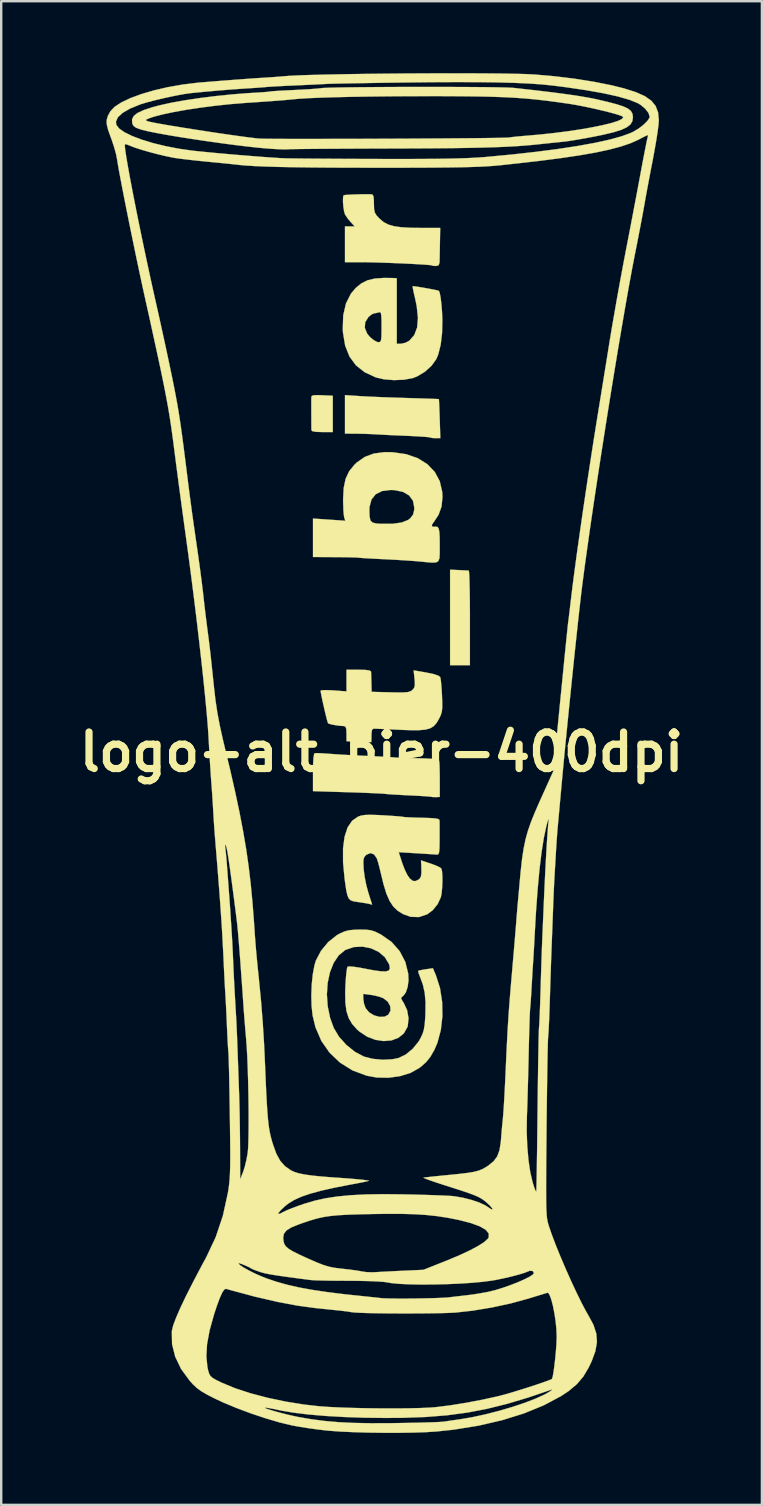
<source format=kicad_pcb>
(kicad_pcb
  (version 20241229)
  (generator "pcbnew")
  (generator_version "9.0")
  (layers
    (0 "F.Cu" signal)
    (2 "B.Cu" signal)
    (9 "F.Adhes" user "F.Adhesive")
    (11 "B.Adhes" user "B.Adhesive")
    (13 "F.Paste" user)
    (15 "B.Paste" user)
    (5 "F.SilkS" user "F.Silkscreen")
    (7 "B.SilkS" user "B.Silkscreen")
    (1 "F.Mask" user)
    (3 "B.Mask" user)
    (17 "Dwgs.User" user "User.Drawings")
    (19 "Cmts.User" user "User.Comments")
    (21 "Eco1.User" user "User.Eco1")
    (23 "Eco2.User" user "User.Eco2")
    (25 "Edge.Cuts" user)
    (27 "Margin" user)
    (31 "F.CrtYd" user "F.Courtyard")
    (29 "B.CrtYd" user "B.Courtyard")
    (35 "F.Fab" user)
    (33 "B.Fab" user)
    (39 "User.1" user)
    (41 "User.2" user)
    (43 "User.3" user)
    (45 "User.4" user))
  (footprint "logo-alt_bier-400dpi"
    (layer "F.Cu")
    (at 12.852 28.293)
    (property "Reference" "logo-alt_bier-400dpi" (at 0 0 0) (layer "F.SilkS") (effects (font (size 1.524 1.524) (thickness 0.3))))
    (attr through_hole)
    (fp_poly (pts (xy 3.223 -7.583) (xy 3.429 -7.573) (xy 3.582 -7.565) (xy 3.635 -7.561) (xy 3.647 -7.499) (xy 3.658 -7.325) (xy 3.667 -7.055) (xy 3.675 -6.704) (xy 3.68 -6.287) (xy 3.683 -5.819) (xy 3.683 -5.588) (xy 3.683 -3.619) (xy 2.857 -3.619) (xy 2.857 -7.599) (xy 3.223 -7.583)) (stroke (width 0.01) (type solid)) (fill yes) (layer "F.SilkS"))
    (fp_poly (pts (xy -2.477 -14.87) (xy -2.032 -14.849) (xy -2.032 -13.335) (xy -2.477 -13.335) (xy -2.736 -13.344) (xy -2.881 -13.371) (xy -2.923 -13.414) (xy -2.925 -13.542) (xy -2.926 -13.751) (xy -2.927 -14.007) (xy -2.928 -14.274) (xy -2.928 -14.518) (xy -2.927 -14.704) (xy -2.926 -14.796) (xy -2.9 -14.846) (xy -2.813 -14.871) (xy -2.639 -14.876) (xy -2.477 -14.87)) (stroke (width 0.01) (type solid)) (fill yes) (layer "F.SilkS"))
    (fp_poly (pts (xy -0.937 -14.836) (xy -0.689 -14.821) (xy -0.345 -14.805) (xy 0.065 -14.788) (xy 0.511 -14.772) (xy 0.961 -14.758) (xy 1.016 -14.756) (xy 1.418 -14.744) (xy 1.773 -14.733) (xy 2.064 -14.723) (xy 2.273 -14.715) (xy 2.38 -14.71) (xy 2.39 -14.709) (xy 2.395 -14.646) (xy 2.403 -14.48) (xy 2.413 -14.236) (xy 2.423 -13.937) (xy 2.425 -13.891) (xy 2.45 -13.081) (xy 2.252 -13.081) (xy 2.104 -13.089) (xy 2.024 -13.11) (xy 2.024 -13.11) (xy 1.953 -13.123) (xy 1.779 -13.139) (xy 1.523 -13.155) (xy 1.209 -13.172) (xy 1.045 -13.179) (xy 0.68 -13.194) (xy 0.333 -13.21) (xy 0.037 -13.225) (xy -0.176 -13.237) (xy -0.222 -13.24) (xy -0.45 -13.252) (xy -0.742 -13.262) (xy -1.032 -13.267) (xy -1.524 -13.271) (xy -1.524 -14.876) (xy -0.937 -14.836)) (stroke (width 0.01) (type solid)) (fill yes) (layer "F.SilkS"))
    (fp_poly (pts (xy -2.513 0.051) (xy -2.274 0.067) (xy -2.209 0.072) (xy -1.96 0.09) (xy -1.623 0.112) (xy -1.234 0.133) (xy -0.831 0.153) (xy -0.675 0.16) (xy -0.312 0.177) (xy 0.02 0.193) (xy 0.293 0.209) (xy 0.481 0.221) (xy 0.54 0.227) (xy 0.676 0.236) (xy 0.907 0.245) (xy 1.201 0.254) (xy 1.527 0.26) (xy 1.542 0.26) (xy 1.85 0.269) (xy 2.111 0.285) (xy 2.298 0.305) (xy 2.387 0.328) (xy 2.39 0.331) (xy 2.404 0.415) (xy 2.416 0.598) (xy 2.424 0.853) (xy 2.427 1.132) (xy 2.427 1.873) (xy 2.262 1.88) (xy 2.133 1.878) (xy 2.079 1.868) (xy 2.013 1.858) (xy 1.843 1.845) (xy 1.592 1.829) (xy 1.285 1.813) (xy 1.173 1.808) (xy 0.837 1.791) (xy 0.536 1.774) (xy 0.297 1.758) (xy 0.15 1.745) (xy 0.13 1.742) (xy 0.022 1.733) (xy -0.191 1.722) (xy -0.491 1.709) (xy -0.854 1.694) (xy -1.262 1.68) (xy -1.442 1.675) (xy -2.857 1.631) (xy -2.857 0.853) (xy -2.852 0.481) (xy -2.835 0.221) (xy -2.808 0.078) (xy -2.788 0.051) (xy -2.696 0.045) (xy -2.513 0.051)) (stroke (width 0.01) (type solid)) (fill yes) (layer "F.SilkS"))
    (fp_poly (pts (xy -0.452 -23.246) (xy -0.429 -23.245) (xy -0.366 -23.223) (xy -0.332 -23.145) (xy -0.319 -22.982) (xy -0.318 -22.853) (xy -0.311 -22.629) (xy -0.28 -22.481) (xy -0.205 -22.36) (xy -0.079 -22.226) (xy 0.084 -22.089) (xy 0.275 -21.987) (xy 0.513 -21.916) (xy 0.82 -21.872) (xy 1.215 -21.849) (xy 1.638 -21.844) (xy 2.445 -21.844) (xy 2.433 -21.193) (xy 2.428 -20.903) (xy 2.423 -20.648) (xy 2.419 -20.464) (xy 2.417 -20.399) (xy 2.379 -20.286) (xy 2.265 -20.256) (xy 2.139 -20.266) (xy 2.09 -20.282) (xy 2.019 -20.295) (xy 1.842 -20.31) (xy 1.58 -20.327) (xy 1.253 -20.345) (xy 0.884 -20.363) (xy 0.492 -20.379) (xy 0.099 -20.394) (xy -0.274 -20.405) (xy -0.607 -20.413) (xy -0.873 -20.415) (xy -1.524 -20.415) (xy -1.524 -21.907) (xy -1.119 -21.907) (xy -1.282 -22.082) (xy -1.415 -22.243) (xy -1.518 -22.399) (xy -1.523 -22.408) (xy -1.562 -22.537) (xy -1.591 -22.726) (xy -1.607 -22.93) (xy -1.605 -23.104) (xy -1.584 -23.202) (xy -1.581 -23.205) (xy -1.512 -23.217) (xy -1.349 -23.228) (xy -1.128 -23.238) (xy -0.882 -23.245) (xy -0.646 -23.248) (xy -0.452 -23.246)) (stroke (width 0.01) (type solid)) (fill yes) (layer "F.SilkS"))
    (fp_poly (pts (xy -0.672 -3.422) (xy -0.505 -3.399) (xy -0.44 -3.358) (xy -0.438 -3.35) (xy -0.433 -3.247) (xy -0.427 -3.061) (xy -0.422 -2.889) (xy -0.413 -2.508) (xy 0.371 -2.488) (xy 0.707 -2.482) (xy 0.941 -2.484) (xy 1.097 -2.498) (xy 1.198 -2.527) (xy 1.27 -2.572) (xy 1.283 -2.583) (xy 1.357 -2.671) (xy 1.387 -2.784) (xy 1.383 -2.965) (xy 1.375 -3.051) (xy 1.338 -3.404) (xy 1.873 -3.311) (xy 2.184 -3.246) (xy 2.374 -3.18) (xy 2.448 -3.117) (xy 2.468 -3.014) (xy 2.489 -2.816) (xy 2.509 -2.554) (xy 2.52 -2.349) (xy 2.531 -2.041) (xy 2.529 -1.825) (xy 2.509 -1.668) (xy 2.468 -1.536) (xy 2.402 -1.397) (xy 2.295 -1.214) (xy 2.178 -1.08) (xy 2.031 -0.989) (xy 1.833 -0.934) (xy 1.564 -0.91) (xy 1.205 -0.91) (xy 0.857 -0.922) (xy 0.51 -0.938) (xy 0.196 -0.952) (xy -0.055 -0.964) (xy -0.218 -0.972) (xy -0.254 -0.974) (xy -0.352 -0.969) (xy -0.4 -0.915) (xy -0.417 -0.779) (xy -0.419 -0.699) (xy -0.425 -0.413) (xy -0.673 -0.412) (xy -0.909 -0.417) (xy -1.16 -0.43) (xy -1.191 -0.432) (xy -1.46 -0.452) (xy -1.46 -0.766) (xy -1.469 -0.958) (xy -1.501 -1.054) (xy -1.566 -1.082) (xy -1.572 -1.082) (xy -1.757 -1.095) (xy -1.957 -1.124) (xy -2.128 -1.159) (xy -2.224 -1.193) (xy -2.228 -1.197) (xy -2.254 -1.269) (xy -2.298 -1.433) (xy -2.353 -1.658) (xy -2.411 -1.911) (xy -2.467 -2.161) (xy -2.511 -2.374) (xy -2.537 -2.519) (xy -2.54 -2.558) (xy -2.482 -2.576) (xy -2.326 -2.581) (xy -2.101 -2.574) (xy -2 -2.567) (xy -1.46 -2.527) (xy -1.46 -3.429) (xy -0.953 -3.429) (xy -0.672 -3.422)) (stroke (width 0.01) (type solid)) (fill yes) (layer "F.SilkS"))
    (fp_poly (pts (xy 0.429 -19.756) (xy 0.635 -19.748) (xy 0.635 -17.018) (xy 0.817 -17.018) (xy 1 -17.058) (xy 1.158 -17.143) (xy 1.364 -17.378) (xy 1.483 -17.693) (xy 1.517 -18.093) (xy 1.466 -18.581) (xy 1.402 -18.891) (xy 1.347 -19.126) (xy 1.31 -19.307) (xy 1.294 -19.405) (xy 1.295 -19.414) (xy 1.36 -19.411) (xy 1.515 -19.39) (xy 1.723 -19.356) (xy 1.95 -19.316) (xy 2.16 -19.276) (xy 2.319 -19.242) (xy 2.39 -19.221) (xy 2.39 -19.221) (xy 2.427 -19.127) (xy 2.463 -18.934) (xy 2.495 -18.671) (xy 2.52 -18.365) (xy 2.534 -18.046) (xy 2.535 -18.008) (xy 2.523 -17.46) (xy 2.465 -16.974) (xy 2.364 -16.572) (xy 2.283 -16.377) (xy 2.086 -16.101) (xy 1.806 -15.849) (xy 1.486 -15.656) (xy 1.309 -15.588) (xy 0.937 -15.517) (xy 0.515 -15.5) (xy 0.099 -15.534) (xy -0.235 -15.612) (xy -0.699 -15.826) (xy -1.065 -16.114) (xy -1.336 -16.482) (xy -1.516 -16.935) (xy -1.607 -17.476) (xy -1.616 -17.622) (xy -1.614 -17.68) (xy -0.698 -17.68) (xy -0.599 -17.438) (xy -0.483 -17.297) (xy -0.327 -17.168) (xy -0.183 -17.091) (xy -0.133 -17.081) (xy -0.073 -17.089) (xy -0.034 -17.126) (xy -0.012 -17.217) (xy -0.003 -17.383) (xy -0.000046 -17.648) (xy 0 -17.723) (xy -0.002 -18.015) (xy -0.011 -18.2) (xy -0.031 -18.299) (xy -0.064 -18.333) (xy -0.1 -18.327) (xy -0.246 -18.292) (xy -0.294 -18.288) (xy -0.399 -18.246) (xy -0.531 -18.144) (xy -0.543 -18.132) (xy -0.68 -17.917) (xy -0.698 -17.68) (xy -1.614 -17.68) (xy -1.597 -18.202) (xy -1.482 -18.698) (xy -1.273 -19.109) (xy -1.069 -19.348) (xy -0.839 -19.534) (xy -0.586 -19.66) (xy -0.282 -19.733) (xy 0.098 -19.76) (xy 0.429 -19.756)) (stroke (width 0.01) (type solid)) (fill yes) (layer "F.SilkS"))
    (fp_poly (pts (xy 0.47 -12.494) (xy 1.029 -12.413) (xy 1.511 -12.245) (xy 1.909 -11.997) (xy 2.217 -11.676) (xy 2.426 -11.287) (xy 2.53 -10.838) (xy 2.54 -10.634) (xy 2.501 -10.23) (xy 2.376 -9.886) (xy 2.212 -9.636) (xy 2.107 -9.484) (xy 2.097 -9.406) (xy 2.185 -9.385) (xy 2.265 -9.392) (xy 2.334 -9.38) (xy 2.381 -9.312) (xy 2.41 -9.17) (xy 2.423 -8.938) (xy 2.426 -8.596) (xy 2.425 -8.581) (xy 2.425 -8.283) (xy 2.414 -8.081) (xy 2.371 -7.96) (xy 2.277 -7.903) (xy 2.11 -7.893) (xy 1.851 -7.915) (xy 1.619 -7.939) (xy 1.368 -7.96) (xy 1.028 -7.984) (xy 0.641 -8.008) (xy 0.244 -8.029) (xy 0.127 -8.035) (xy -0.22 -8.052) (xy -0.525 -8.069) (xy -0.766 -8.083) (xy -0.917 -8.095) (xy -0.953 -8.099) (xy -1.048 -8.107) (xy -1.245 -8.113) (xy -1.517 -8.119) (xy -1.838 -8.122) (xy -1.953 -8.123) (xy -2.857 -8.128) (xy -2.857 -9.731) (xy -1.511 -9.639) (xy -1.556 -9.78) (xy -1.576 -9.904) (xy -1.589 -10.084) (xy -0.507 -10.084) (xy -0.499 -9.819) (xy -0.464 -9.654) (xy -0.379 -9.565) (xy -0.225 -9.525) (xy -0.041 -9.512) (xy 0.456 -9.512) (xy 0.84 -9.566) (xy 1.11 -9.673) (xy 1.201 -9.745) (xy 1.318 -9.902) (xy 1.362 -10.094) (xy 1.365 -10.187) (xy 1.31 -10.472) (xy 1.151 -10.692) (xy 0.894 -10.842) (xy 0.546 -10.915) (xy 0.38 -10.922) (xy 0.023 -10.877) (xy -0.244 -10.743) (xy -0.42 -10.523) (xy -0.501 -10.217) (xy -0.507 -10.084) (xy -1.589 -10.084) (xy -1.591 -10.118) (xy -1.6 -10.387) (xy -1.602 -10.536) (xy -1.577 -11.008) (xy -1.497 -11.388) (xy -1.35 -11.702) (xy -1.128 -11.976) (xy -1.029 -12.069) (xy -0.697 -12.3) (xy -0.319 -12.441) (xy 0.126 -12.499) (xy 0.47 -12.494)) (stroke (width 0.01) (type solid)) (fill yes) (layer "F.SilkS"))
    (fp_poly (pts (xy -0.183 2.625) (xy 0.059 2.637) (xy 0.364 2.656) (xy 0.622 2.674) (xy 0.806 2.69) (xy 0.892 2.702) (xy 0.894 2.703) (xy 0.969 2.713) (xy 1.143 2.723) (xy 1.392 2.733) (xy 1.672 2.74) (xy 1.995 2.75) (xy 2.212 2.764) (xy 2.341 2.785) (xy 2.403 2.817) (xy 2.417 2.854) (xy 2.419 2.956) (xy 2.42 3.154) (xy 2.42 3.415) (xy 2.42 3.619) (xy 2.417 3.918) (xy 2.408 4.111) (xy 2.389 4.221) (xy 2.356 4.268) (xy 2.306 4.275) (xy 2.306 4.275) (xy 2.201 4.267) (xy 1.999 4.254) (xy 1.73 4.237) (xy 1.455 4.22) (xy 0.716 4.176) (xy 0.868 4.644) (xy 0.963 4.893) (xy 1.069 5.113) (xy 1.166 5.258) (xy 1.174 5.266) (xy 1.294 5.367) (xy 1.396 5.381) (xy 1.489 5.347) (xy 1.586 5.286) (xy 1.641 5.192) (xy 1.662 5.037) (xy 1.658 4.789) (xy 1.657 4.75) (xy 1.645 4.515) (xy 2.045 4.649) (xy 2.256 4.727) (xy 2.418 4.801) (xy 2.491 4.852) (xy 2.52 4.962) (xy 2.535 5.16) (xy 2.537 5.407) (xy 2.525 5.667) (xy 2.502 5.9) (xy 2.474 6.046) (xy 2.342 6.334) (xy 2.134 6.593) (xy 1.904 6.764) (xy 1.561 6.879) (xy 1.215 6.869) (xy 0.905 6.759) (xy 0.679 6.621) (xy 0.494 6.445) (xy 0.339 6.212) (xy 0.204 5.905) (xy 0.081 5.505) (xy -0.03 5.048) (xy -0.09 4.798) (xy -0.151 4.575) (xy -0.198 4.431) (xy -0.312 4.267) (xy -0.462 4.213) (xy -0.625 4.278) (xy -0.647 4.296) (xy -0.714 4.371) (xy -0.749 4.465) (xy -0.758 4.614) (xy -0.746 4.851) (xy -0.744 4.889) (xy -0.705 5.199) (xy -0.635 5.55) (xy -0.55 5.864) (xy -0.391 6.361) (xy -0.529 6.327) (xy -0.671 6.3) (xy -0.88 6.267) (xy -1.005 6.249) (xy -1.167 6.224) (xy -1.283 6.183) (xy -1.365 6.106) (xy -1.423 5.973) (xy -1.47 5.763) (xy -1.516 5.457) (xy -1.539 5.288) (xy -1.604 4.605) (xy -1.605 4.017) (xy -1.541 3.529) (xy -1.414 3.143) (xy -1.223 2.862) (xy -0.972 2.689) (xy -0.845 2.648) (xy -0.689 2.624) (xy -0.477 2.617) (xy -0.183 2.625)) (stroke (width 0.01) (type solid)) (fill yes) (layer "F.SilkS"))
    (fp_poly (pts (xy -0.648 7.405) (xy -0.45 7.428) (xy -0.274 7.484) (xy -0.069 7.585) (xy -0.011 7.616) (xy 0.42 7.918) (xy 0.757 8.301) (xy 0.992 8.752) (xy 1.113 9.241) (xy 1.124 9.527) (xy 1.086 9.801) (xy 1.01 10.026) (xy 0.904 10.165) (xy 0.895 10.171) (xy 0.827 10.225) (xy 0.823 10.288) (xy 0.887 10.401) (xy 0.926 10.46) (xy 1.066 10.759) (xy 1.125 11.096) (xy 1.093 11.417) (xy 1.081 11.458) (xy 0.933 11.723) (xy 0.705 11.91) (xy 0.417 12.019) (xy 0.089 12.047) (xy -0.259 11.995) (xy -0.606 11.861) (xy -0.931 11.644) (xy -1.024 11.56) (xy -1.226 11.333) (xy -1.37 11.087) (xy -1.462 10.798) (xy -1.508 10.445) (xy -1.511 10.282) (xy -0.762 10.282) (xy -0.731 10.487) (xy -0.663 10.676) (xy -0.519 10.849) (xy -0.315 10.974) (xy -0.087 11.038) (xy 0.127 11.031) (xy 0.281 10.949) (xy 0.374 10.779) (xy 0.361 10.585) (xy 0.254 10.4) (xy 0.072 10.259) (xy -0.099 10.196) (xy -0.326 10.141) (xy -0.435 10.124) (xy -0.762 10.08) (xy -0.762 10.282) (xy -1.511 10.282) (xy -1.515 10.002) (xy -1.507 9.758) (xy -1.489 9.458) (xy -1.466 9.206) (xy -1.44 9.026) (xy -1.417 8.948) (xy -1.334 8.936) (xy -1.155 8.951) (xy -0.906 8.988) (xy -0.729 9.022) (xy -0.317 9.1) (xy -0.015 9.141) (xy 0.188 9.143) (xy 0.305 9.104) (xy 0.348 9.021) (xy 0.328 8.892) (xy 0.308 8.832) (xy 0.137 8.549) (xy -0.122 8.329) (xy -0.441 8.18) (xy -0.794 8.111) (xy -1.153 8.129) (xy -1.491 8.243) (xy -1.523 8.26) (xy -1.787 8.477) (xy -1.997 8.791) (xy -2.151 9.18) (xy -2.246 9.624) (xy -2.278 10.104) (xy -2.244 10.598) (xy -2.142 11.087) (xy -1.992 11.499) (xy -1.773 11.866) (xy -1.466 12.209) (xy -1.108 12.496) (xy -0.735 12.693) (xy -0.73 12.695) (xy -0.363 12.788) (xy 0.052 12.826) (xy 0.458 12.805) (xy 0.707 12.753) (xy 1.011 12.607) (xy 1.302 12.366) (xy 1.548 12.061) (xy 1.632 11.915) (xy 1.712 11.741) (xy 1.765 11.566) (xy 1.799 11.353) (xy 1.821 11.066) (xy 1.828 10.908) (xy 1.834 10.428) (xy 1.799 10.032) (xy 1.72 9.683) (xy 1.608 9.381) (xy 1.549 9.228) (xy 1.527 9.132) (xy 1.53 9.12) (xy 1.603 9.098) (xy 1.758 9.068) (xy 1.848 9.054) (xy 2.141 9.012) (xy 2.27 9.316) (xy 2.437 9.841) (xy 2.526 10.417) (xy 2.536 11.012) (xy 2.47 11.592) (xy 2.327 12.125) (xy 2.193 12.431) (xy 2.034 12.706) (xy 1.869 12.913) (xy 1.655 13.105) (xy 1.574 13.168) (xy 1.213 13.372) (xy 0.775 13.509) (xy 0.293 13.576) (xy -0.2 13.567) (xy -0.618 13.491) (xy -1.21 13.27) (xy -1.727 12.949) (xy -2.161 12.538) (xy -2.506 12.045) (xy -2.752 11.479) (xy -2.873 10.978) (xy -2.916 10.582) (xy -2.927 10.137) (xy -2.909 9.679) (xy -2.863 9.246) (xy -2.793 8.877) (xy -2.736 8.69) (xy -2.524 8.286) (xy -2.225 7.923) (xy -1.87 7.639) (xy -1.754 7.573) (xy -1.552 7.481) (xy -1.357 7.429) (xy -1.118 7.406) (xy -0.921 7.401) (xy -0.648 7.405)) (stroke (width 0.01) (type solid)) (fill yes) (layer "F.SilkS"))
    (fp_poly (pts (xy 2.625 -27.72) (xy 3.221 -27.718) (xy 3.777 -27.715) (xy 4.281 -27.711) (xy 4.718 -27.705) (xy 5.075 -27.698) (xy 5.338 -27.69) (xy 5.493 -27.681) (xy 6.376 -27.583) (xy 7.137 -27.492) (xy 7.782 -27.407) (xy 8.316 -27.326) (xy 8.745 -27.25) (xy 8.953 -27.207) (xy 9.434 -27.094) (xy 9.804 -26.996) (xy 10.077 -26.907) (xy 10.267 -26.819) (xy 10.387 -26.725) (xy 10.452 -26.618) (xy 10.476 -26.492) (xy 10.477 -26.448) (xy 10.453 -26.289) (xy 10.372 -26.154) (xy 10.221 -26.037) (xy 9.988 -25.93) (xy 9.661 -25.828) (xy 9.227 -25.725) (xy 8.91 -25.66) (xy 8.544 -25.59) (xy 8.186 -25.527) (xy 7.874 -25.476) (xy 7.64 -25.443) (xy 7.588 -25.438) (xy 7.346 -25.413) (xy 7.033 -25.381) (xy 6.706 -25.346) (xy 6.604 -25.335) (xy 6.266 -25.301) (xy 5.917 -25.271) (xy 5.545 -25.245) (xy 5.14 -25.224) (xy 4.689 -25.206) (xy 4.182 -25.191) (xy 3.606 -25.179) (xy 2.952 -25.169) (xy 2.206 -25.162) (xy 1.357 -25.157) (xy 0.396 -25.154) (xy 0.228 -25.153) (xy -0.476 -25.151) (xy -1.145 -25.148) (xy -1.767 -25.145) (xy -2.331 -25.142) (xy -2.826 -25.138) (xy -3.241 -25.134) (xy -3.565 -25.13) (xy -3.786 -25.126) (xy -3.893 -25.121) (xy -3.9 -25.121) (xy -4.015 -25.116) (xy -4.225 -25.121) (xy -4.497 -25.135) (xy -4.731 -25.151) (xy -5.135 -25.187) (xy -5.613 -25.239) (xy -6.145 -25.304) (xy -6.712 -25.379) (xy -7.293 -25.461) (xy -7.87 -25.547) (xy -8.422 -25.633) (xy -8.929 -25.718) (xy -9.373 -25.799) (xy -9.732 -25.871) (xy -9.988 -25.933) (xy -10.016 -25.941) (xy -10.223 -26.014) (xy -10.336 -26.093) (xy -10.389 -26.2) (xy -10.391 -26.206) (xy -10.397 -26.326) (xy -9.821 -26.326) (xy -9.741 -26.288) (xy -9.626 -26.259) (xy -9.404 -26.214) (xy -9.092 -26.158) (xy -8.709 -26.093) (xy -8.272 -26.022) (xy -7.8 -25.947) (xy -7.311 -25.871) (xy -6.822 -25.797) (xy -6.353 -25.729) (xy -5.921 -25.668) (xy -5.544 -25.618) (xy -5.24 -25.581) (xy -5.112 -25.568) (xy -4.997 -25.563) (xy -4.769 -25.559) (xy -4.44 -25.556) (xy -4.022 -25.554) (xy -3.526 -25.553) (xy -2.965 -25.553) (xy -2.35 -25.554) (xy -1.693 -25.555) (xy -1.006 -25.556) (xy -0.3 -25.559) (xy 0.412 -25.562) (xy 1.119 -25.565) (xy 1.808 -25.569) (xy 2.469 -25.573) (xy 3.089 -25.578) (xy 3.656 -25.582) (xy 4.159 -25.587) (xy 4.585 -25.593) (xy 4.923 -25.598) (xy 5.162 -25.604) (xy 5.288 -25.609) (xy 5.302 -25.611) (xy 5.458 -25.632) (xy 5.693 -25.657) (xy 5.961 -25.68) (xy 6.001 -25.683) (xy 6.605 -25.736) (xy 7.197 -25.8) (xy 7.766 -25.873) (xy 8.298 -25.953) (xy 8.783 -26.038) (xy 9.208 -26.125) (xy 9.562 -26.211) (xy 9.831 -26.295) (xy 10.005 -26.374) (xy 10.071 -26.446) (xy 10.056 -26.482) (xy 9.965 -26.525) (xy 9.774 -26.586) (xy 9.506 -26.66) (xy 9.184 -26.74) (xy 8.834 -26.821) (xy 8.478 -26.897) (xy 8.14 -26.963) (xy 7.845 -27.013) (xy 7.842 -27.013) (xy 7.332 -27.086) (xy 6.863 -27.148) (xy 6.418 -27.198) (xy 5.978 -27.239) (xy 5.527 -27.271) (xy 5.045 -27.295) (xy 4.515 -27.313) (xy 3.919 -27.324) (xy 3.24 -27.331) (xy 2.458 -27.335) (xy 2.095 -27.335) (xy 1.188 -27.334) (xy 0.321 -27.328) (xy -0.495 -27.319) (xy -1.249 -27.307) (xy -1.93 -27.291) (xy -2.526 -27.273) (xy -3.026 -27.252) (xy -3.42 -27.229) (xy -3.651 -27.208) (xy -3.838 -27.189) (xy -4.075 -27.168) (xy -4.377 -27.144) (xy -4.761 -27.116) (xy -5.242 -27.082) (xy -5.715 -27.05) (xy -6.318 -27.001) (xy -6.936 -26.935) (xy -7.546 -26.856) (xy -8.128 -26.768) (xy -8.661 -26.673) (xy -9.123 -26.575) (xy -9.494 -26.478) (xy -9.685 -26.413) (xy -9.807 -26.36) (xy -9.821 -26.326) (xy -10.397 -26.326) (xy -10.399 -26.367) (xy -10.33 -26.507) (xy -10.173 -26.634) (xy -9.917 -26.753) (xy -9.553 -26.873) (xy -9.241 -26.956) (xy -8.772 -27.06) (xy -8.207 -27.161) (xy -7.575 -27.256) (xy -6.907 -27.34) (xy -6.232 -27.409) (xy -5.582 -27.46) (xy -5.429 -27.469) (xy -5.131 -27.487) (xy -4.882 -27.504) (xy -4.708 -27.519) (xy -4.635 -27.53) (xy -4.634 -27.53) (xy -4.563 -27.539) (xy -4.387 -27.552) (xy -4.13 -27.567) (xy -3.816 -27.583) (xy -3.65 -27.591) (xy -3.303 -27.608) (xy -2.99 -27.627) (xy -2.738 -27.645) (xy -2.575 -27.661) (xy -2.54 -27.667) (xy -2.429 -27.677) (xy -2.205 -27.686) (xy -1.881 -27.694) (xy -1.472 -27.701) (xy -0.991 -27.707) (xy -0.452 -27.712) (xy 0.13 -27.716) (xy 0.743 -27.719) (xy 1.373 -27.721) (xy 2.004 -27.721) (xy 2.625 -27.72)) (stroke (width 0.01) (type solid)) (fill yes) (layer "F.SilkS"))
    (fp_poly (pts (xy 3.87 -28.286) (xy 4.512 -28.282) (xy 5.091 -28.276) (xy 5.593 -28.267) (xy 6.004 -28.256) (xy 6.311 -28.242) (xy 6.35 -28.24) (xy 7.202 -28.166) (xy 8.047 -28.063) (xy 8.854 -27.935) (xy 9.592 -27.787) (xy 10.102 -27.66) (xy 10.594 -27.505) (xy 10.971 -27.337) (xy 11.244 -27.147) (xy 11.425 -26.923) (xy 11.526 -26.655) (xy 11.557 -26.332) (xy 11.557 -26.327) (xy 11.545 -26.157) (xy 11.511 -25.888) (xy 11.459 -25.546) (xy 11.392 -25.156) (xy 11.316 -24.743) (xy 11.306 -24.689) (xy 11.221 -24.252) (xy 11.138 -23.813) (xy 11.061 -23.403) (xy 10.997 -23.054) (xy 10.952 -22.797) (xy 10.952 -22.797) (xy 10.908 -22.551) (xy 10.845 -22.21) (xy 10.767 -21.802) (xy 10.681 -21.355) (xy 10.591 -20.899) (xy 10.564 -20.765) (xy 10.445 -20.148) (xy 10.311 -19.421) (xy 10.165 -18.599) (xy 10.01 -17.697) (xy 9.847 -16.732) (xy 9.68 -15.719) (xy 9.51 -14.672) (xy 9.341 -13.608) (xy 9.174 -12.542) (xy 9.012 -11.489) (xy 8.858 -10.466) (xy 8.714 -9.487) (xy 8.583 -8.567) (xy 8.466 -7.724) (xy 8.367 -6.971) (xy 8.353 -6.858) (xy 8.308 -6.486) (xy 8.253 -6.004) (xy 8.189 -5.429) (xy 8.119 -4.778) (xy 8.043 -4.068) (xy 7.965 -3.314) (xy 7.885 -2.534) (xy 7.805 -1.745) (xy 7.727 -0.963) (xy 7.652 -0.206) (xy 7.583 0.511) (xy 7.521 1.171) (xy 7.495 1.46) (xy 7.455 1.894) (xy 7.418 2.305) (xy 7.385 2.668) (xy 7.358 2.961) (xy 7.34 3.16) (xy 7.336 3.207) (xy 7.319 3.417) (xy 7.298 3.704) (xy 7.278 4.016) (xy 7.271 4.128) (xy 7.252 4.466) (xy 7.23 4.826) (xy 7.212 5.142) (xy 7.208 5.207) (xy 7.195 5.449) (xy 7.179 5.779) (xy 7.163 6.157) (xy 7.148 6.544) (xy 7.145 6.636) (xy 7.129 7.057) (xy 7.112 7.514) (xy 7.095 7.954) (xy 7.081 8.325) (xy 7.08 8.35) (xy 7.068 8.667) (xy 7.054 9.074) (xy 7.039 9.532) (xy 7.024 10.003) (xy 7.012 10.382) (xy 6.999 10.786) (xy 6.985 11.161) (xy 6.97 11.481) (xy 6.956 11.725) (xy 6.944 11.867) (xy 6.944 11.874) (xy 6.937 11.978) (xy 6.93 12.196) (xy 6.922 12.517) (xy 6.914 12.929) (xy 6.906 13.418) (xy 6.898 13.974) (xy 6.89 14.583) (xy 6.882 15.234) (xy 6.877 15.716) (xy 6.87 16.487) (xy 6.864 17.141) (xy 6.861 17.691) (xy 6.859 18.146) (xy 6.86 18.517) (xy 6.863 18.815) (xy 6.869 19.052) (xy 6.879 19.238) (xy 6.891 19.384) (xy 6.908 19.5) (xy 6.928 19.599) (xy 6.953 19.689) (xy 6.971 19.748) (xy 7.094 20.108) (xy 7.259 20.544) (xy 7.457 21.03) (xy 7.675 21.54) (xy 7.902 22.05) (xy 8.127 22.532) (xy 8.338 22.962) (xy 8.524 23.314) (xy 8.62 23.479) (xy 8.832 23.873) (xy 8.951 24.237) (xy 8.978 24.594) (xy 8.912 24.973) (xy 8.755 25.398) (xy 8.633 25.654) (xy 8.411 26.029) (xy 8.143 26.345) (xy 7.802 26.632) (xy 7.479 26.846) (xy 6.762 27.228) (xy 5.941 27.564) (xy 5.03 27.848) (xy 4.046 28.076) (xy 3.002 28.244) (xy 2.286 28.32) (xy 1.85 28.348) (xy 1.318 28.366) (xy 0.721 28.374) (xy 0.09 28.374) (xy -0.546 28.366) (xy -1.155 28.348) (xy -1.706 28.323) (xy -2.169 28.29) (xy -2.254 28.282) (xy -2.647 28.237) (xy -3.073 28.178) (xy -3.474 28.114) (xy -3.741 28.064) (xy -4.253 27.941) (xy -4.836 27.769) (xy -5.451 27.563) (xy -6.059 27.336) (xy -6.083 27.325) (xy -4.867 27.325) (xy -4.826 27.355) (xy -4.686 27.406) (xy -4.473 27.47) (xy -4.21 27.542) (xy -3.922 27.615) (xy -3.636 27.68) (xy -3.461 27.716) (xy -2.924 27.809) (xy -2.375 27.88) (xy -1.793 27.931) (xy -1.156 27.962) (xy -0.441 27.976) (xy 0.373 27.973) (xy 0.572 27.97) (xy 1.048 27.962) (xy 1.491 27.953) (xy 1.882 27.943) (xy 2.204 27.932) (xy 2.437 27.922) (xy 2.564 27.913) (xy 2.572 27.912) (xy 2.726 27.889) (xy 2.96 27.855) (xy 3.227 27.817) (xy 3.27 27.811) (xy 3.781 27.724) (xy 4.329 27.605) (xy 4.892 27.461) (xy 5.443 27.299) (xy 5.96 27.127) (xy 6.417 26.952) (xy 6.79 26.782) (xy 6.987 26.671) (xy 7.093 26.596) (xy 7.109 26.568) (xy 7.08 26.575) (xy 6.124 26.901) (xy 5.241 27.165) (xy 4.401 27.374) (xy 3.575 27.532) (xy 2.733 27.644) (xy 1.846 27.715) (xy 0.885 27.75) (xy 0.159 27.755) (xy -0.719 27.745) (xy -1.557 27.716) (xy -2.34 27.671) (xy -3.049 27.61) (xy -3.668 27.535) (xy -4.181 27.448) (xy -4.263 27.43) (xy -4.517 27.376) (xy -4.72 27.339) (xy -4.844 27.323) (xy -4.867 27.325) (xy -6.083 27.325) (xy -6.62 27.101) (xy -6.953 26.945) (xy -7.276 26.78) (xy -7.513 26.641) (xy -7.699 26.505) (xy -7.864 26.35) (xy -7.994 26.206) (xy -8.353 25.716) (xy -8.6 25.203) (xy -8.603 25.192) (xy -7.302 25.192) (xy -7.256 25.644) (xy -7.23 25.76) (xy -7.189 25.901) (xy -7.136 26.001) (xy -7.045 26.084) (xy -6.89 26.174) (xy -6.646 26.293) (xy -6.642 26.294) (xy -6.101 26.518) (xy -5.46 26.727) (xy -4.747 26.915) (xy -3.99 27.074) (xy -3.217 27.198) (xy -2.597 27.268) (xy -2.206 27.296) (xy -1.729 27.319) (xy -1.191 27.337) (xy -0.615 27.35) (xy -0.026 27.357) (xy 0.554 27.358) (xy 1.1 27.354) (xy 1.588 27.343) (xy 1.995 27.325) (xy 2.273 27.304) (xy 2.872 27.228) (xy 3.537 27.121) (xy 4.211 26.993) (xy 4.84 26.854) (xy 4.954 26.826) (xy 5.177 26.766) (xy 5.459 26.684) (xy 5.777 26.586) (xy 6.107 26.482) (xy 6.425 26.378) (xy 6.707 26.282) (xy 6.93 26.203) (xy 7.069 26.148) (xy 7.102 26.129) (xy 7.131 26.045) (xy 7.165 25.862) (xy 7.201 25.608) (xy 7.235 25.311) (xy 7.265 24.999) (xy 7.288 24.699) (xy 7.299 24.439) (xy 7.3 24.352) (xy 7.288 24.048) (xy 7.254 23.721) (xy 7.205 23.393) (xy 7.145 23.089) (xy 7.078 22.83) (xy 7.01 22.641) (xy 6.946 22.543) (xy 6.917 22.536) (xy 6.822 22.565) (xy 6.635 22.622) (xy 6.383 22.699) (xy 6.132 22.777) (xy 5.398 22.978) (xy 4.605 23.15) (xy 3.811 23.282) (xy 3.111 23.36) (xy 2.866 23.374) (xy 2.533 23.385) (xy 2.131 23.393) (xy 1.681 23.398) (xy 1.203 23.4) (xy 0.717 23.4) (xy 0.242 23.397) (xy -0.201 23.391) (xy -0.592 23.383) (xy -0.912 23.372) (xy -1.139 23.359) (xy -1.238 23.348) (xy -1.419 23.319) (xy -1.651 23.29) (xy -1.746 23.279) (xy -1.945 23.259) (xy -2.227 23.23) (xy -2.548 23.197) (xy -2.762 23.175) (xy -3.512 23.073) (xy -4.358 22.913) (xy -5.284 22.698) (xy -6.274 22.432) (xy -6.48 22.373) (xy -6.552 22.4) (xy -6.638 22.525) (xy -6.742 22.754) (xy -6.867 23.095) (xy -6.978 23.431) (xy -7.165 24.099) (xy -7.272 24.681) (xy -7.302 25.192) (xy -8.603 25.192) (xy -8.731 24.68) (xy -8.741 24.159) (xy -8.735 24.108) (xy -8.682 23.892) (xy -8.563 23.575) (xy -8.383 23.162) (xy -8.144 22.661) (xy -7.848 22.077) (xy -7.5 21.416) (xy -7.44 21.304) (xy -5.969 21.304) (xy -5.914 21.372) (xy -5.766 21.474) (xy -5.55 21.597) (xy -5.29 21.728) (xy -5.011 21.852) (xy -4.826 21.926) (xy -4.402 22.071) (xy -3.95 22.199) (xy -3.454 22.313) (xy -2.895 22.415) (xy -2.257 22.51) (xy -1.523 22.601) (xy -0.857 22.671) (xy -0.561 22.702) (xy -0.301 22.729) (xy -0.111 22.75) (xy -0.032 22.76) (xy 0.118 22.77) (xy 0.368 22.777) (xy 0.693 22.78) (xy 1.066 22.78) (xy 1.46 22.776) (xy 1.851 22.769) (xy 2.211 22.76) (xy 2.514 22.749) (xy 2.734 22.736) (xy 2.794 22.73) (xy 3.091 22.694) (xy 3.411 22.657) (xy 3.588 22.637) (xy 3.854 22.602) (xy 4.172 22.55) (xy 4.439 22.501) (xy 4.723 22.432) (xy 5.038 22.336) (xy 5.364 22.222) (xy 5.677 22.1) (xy 5.955 21.978) (xy 6.174 21.866) (xy 6.313 21.774) (xy 6.35 21.719) (xy 6.302 21.632) (xy 6.185 21.619) (xy 6.107 21.648) (xy 5.957 21.707) (xy 5.715 21.781) (xy 5.414 21.86) (xy 5.087 21.936) (xy 4.767 22.002) (xy 4.604 22.03) (xy 4.218 22.081) (xy 3.758 22.123) (xy 3.248 22.156) (xy 2.711 22.179) (xy 2.169 22.192) (xy 1.646 22.195) (xy 1.164 22.186) (xy 0.746 22.167) (xy 0.416 22.136) (xy 0.246 22.106) (xy 0.094 22.085) (xy -0.162 22.067) (xy -0.495 22.052) (xy -0.882 22.043) (xy -1.298 22.038) (xy -1.373 22.038) (xy -1.788 22.037) (xy -2.175 22.033) (xy -2.511 22.026) (xy -2.772 22.018) (xy -2.935 22.008) (xy -2.953 22.006) (xy -3.494 21.936) (xy -3.926 21.878) (xy -4.264 21.83) (xy -4.524 21.79) (xy -4.723 21.755) (xy -4.877 21.722) (xy -5.001 21.689) (xy -5.048 21.674) (xy -5.241 21.608) (xy -5.385 21.549) (xy -5.429 21.525) (xy -5.523 21.471) (xy -5.666 21.406) (xy -5.816 21.345) (xy -5.931 21.306) (xy -5.969 21.304) (xy -7.44 21.304) (xy -7.302 21.05) (xy -6.931 20.261) (xy -4.1 20.261) (xy -4.082 20.401) (xy -4.05 20.511) (xy -3.986 20.607) (xy -3.875 20.703) (xy -3.698 20.81) (xy -3.44 20.94) (xy -3.083 21.104) (xy -3.039 21.124) (xy -2.692 21.275) (xy -2.423 21.38) (xy -2.192 21.45) (xy -1.964 21.496) (xy -1.702 21.529) (xy -1.651 21.535) (xy -1.359 21.567) (xy -1.089 21.603) (xy -0.884 21.636) (xy -0.826 21.649) (xy -0.623 21.677) (xy -0.377 21.685) (xy -0.286 21.681) (xy -0.1 21.67) (xy 0.176 21.655) (xy 0.507 21.638) (xy 0.857 21.622) (xy 0.889 21.62) (xy 1.746 21.581) (xy 2.722 21.193) (xy 3.233 20.98) (xy 3.67 20.776) (xy 4.023 20.588) (xy 4.282 20.421) (xy 4.435 20.281) (xy 4.467 20.228) (xy 4.467 20.067) (xy 4.341 19.913) (xy 4.093 19.768) (xy 3.722 19.632) (xy 3.231 19.506) (xy 3.186 19.496) (xy 2.743 19.409) (xy 2.309 19.343) (xy 1.862 19.295) (xy 1.378 19.264) (xy 0.834 19.249) (xy 0.205 19.248) (xy -0.387 19.256) (xy -0.961 19.269) (xy -1.43 19.285) (xy -1.815 19.307) (xy -2.14 19.339) (xy -2.425 19.383) (xy -2.694 19.443) (xy -2.967 19.522) (xy -3.267 19.623) (xy -3.457 19.691) (xy -3.767 19.818) (xy -3.967 19.944) (xy -4.073 20.085) (xy -4.1 20.261) (xy -6.931 20.261) (xy -6.912 20.22) (xy -6.613 19.328) (xy -6.406 18.383) (xy -6.375 18.193) (xy -6.351 18.007) (xy -6.332 17.812) (xy -6.319 17.591) (xy -6.31 17.328) (xy -6.306 17.009) (xy -6.306 16.617) (xy -6.31 16.138) (xy -6.317 15.555) (xy -6.322 15.208) (xy -6.33 14.652) (xy -6.339 14.13) (xy -6.348 13.656) (xy -6.357 13.247) (xy -6.366 12.916) (xy -6.373 12.68) (xy -6.38 12.552) (xy -6.381 12.541) (xy -6.392 12.41) (xy -6.407 12.181) (xy -6.423 11.882) (xy -6.438 11.543) (xy -6.443 11.43) (xy -6.459 11.059) (xy -6.476 10.693) (xy -6.493 10.371) (xy -6.507 10.131) (xy -6.509 10.097) (xy -6.524 9.86) (xy -6.541 9.543) (xy -6.559 9.191) (xy -6.572 8.922) (xy -6.594 8.438) (xy -6.618 7.982) (xy -6.642 7.536) (xy -6.67 7.082) (xy -6.703 6.603) (xy -6.74 6.081) (xy -6.784 5.499) (xy -6.836 4.838) (xy -6.898 4.082) (xy -6.915 3.875) (xy -6.524 3.875) (xy -6.51 4) (xy -6.491 4.181) (xy -6.467 4.43) (xy -6.448 4.667) (xy -6.375 5.641) (xy -6.313 6.493) (xy -6.264 7.227) (xy -6.226 7.849) (xy -6.2 8.363) (xy -6.195 8.477) (xy -6.174 8.966) (xy -6.152 9.427) (xy -6.127 9.902) (xy -6.097 10.428) (xy -6.064 10.986) (xy -6.055 11.15) (xy -6.045 11.341) (xy -6.035 11.571) (xy -6.023 11.854) (xy -6.01 12.202) (xy -5.994 12.629) (xy -5.975 13.147) (xy -5.953 13.771) (xy -5.936 14.256) (xy -5.925 14.639) (xy -5.914 15.106) (xy -5.906 15.616) (xy -5.9 16.125) (xy -5.897 16.51) (xy -5.892 17.812) (xy -5.77 17.503) (xy -5.699 17.28) (xy -5.63 16.993) (xy -5.579 16.71) (xy -5.56 16.501) (xy -5.548 16.186) (xy -5.541 15.786) (xy -5.539 15.32) (xy -5.541 14.809) (xy -5.549 14.274) (xy -5.56 13.735) (xy -5.576 13.213) (xy -5.595 12.728) (xy -5.618 12.301) (xy -5.644 11.953) (xy -5.645 11.938) (xy -5.677 11.581) (xy -5.708 11.198) (xy -5.735 10.851) (xy -5.744 10.732) (xy -5.799 9.929) (xy -5.848 9.243) (xy -5.89 8.664) (xy -5.927 8.182) (xy -5.959 7.787) (xy -5.986 7.47) (xy -6.011 7.22) (xy -6.032 7.028) (xy -6.034 7.017) (xy -6.13 6.263) (xy -6.213 5.628) (xy -6.283 5.105) (xy -6.341 4.687) (xy -6.389 4.366) (xy -6.428 4.135) (xy -6.458 3.988) (xy -6.477 3.924) (xy -6.515 3.846) (xy -6.524 3.875) (xy -6.915 3.875) (xy -6.951 3.429) (xy -6.968 3.207) (xy -6.988 2.908) (xy -7.008 2.584) (xy -7.016 2.445) (xy -7.035 2.125) (xy -7.055 1.809) (xy -7.073 1.547) (xy -7.08 1.46) (xy -7.114 0.996) (xy -7.151 0.43) (xy -7.188 -0.211) (xy -7.209 -0.603) (xy -7.238 -1.043) (xy -7.284 -1.594) (xy -7.345 -2.241) (xy -7.419 -2.97) (xy -7.505 -3.766) (xy -7.601 -4.614) (xy -7.705 -5.5) (xy -7.817 -6.409) (xy -7.933 -7.326) (xy -8.053 -8.237) (xy -8.16 -9.017) (xy -8.241 -9.607) (xy -8.328 -10.246) (xy -8.416 -10.9) (xy -8.5 -11.531) (xy -8.575 -12.107) (xy -8.635 -12.573) (xy -8.685 -12.962) (xy -8.734 -13.321) (xy -8.783 -13.664) (xy -8.835 -14.001) (xy -8.893 -14.347) (xy -8.96 -14.714) (xy -9.036 -15.113) (xy -9.126 -15.558) (xy -9.231 -16.062) (xy -9.354 -16.635) (xy -9.497 -17.292) (xy -9.662 -18.045) (xy -9.853 -18.905) (xy -9.906 -19.145) (xy -10.012 -19.629) (xy -10.126 -20.164) (xy -10.246 -20.734) (xy -10.368 -21.323) (xy -10.489 -21.914) (xy -10.606 -22.492) (xy -10.715 -23.038) (xy -10.812 -23.537) (xy -10.895 -23.973) (xy -10.961 -24.329) (xy -11.005 -24.588) (xy -11.022 -24.701) (xy -11.066 -24.923) (xy -11.145 -25.211) (xy -11.159 -25.252) (xy -10.7 -25.252) (xy -10.679 -25.063) (xy -10.634 -24.773) (xy -10.569 -24.393) (xy -10.486 -23.936) (xy -10.387 -23.413) (xy -10.274 -22.835) (xy -10.15 -22.215) (xy -10.016 -21.563) (xy -9.876 -20.891) (xy -9.731 -20.211) (xy -9.584 -19.534) (xy -9.437 -18.873) (xy -9.398 -18.701) (xy -9.275 -18.154) (xy -9.144 -17.559) (xy -9.012 -16.953) (xy -8.888 -16.375) (xy -8.78 -15.862) (xy -8.73 -15.621) (xy -8.642 -15.185) (xy -8.567 -14.794) (xy -8.5 -14.426) (xy -8.439 -14.057) (xy -8.379 -13.665) (xy -8.318 -13.228) (xy -8.251 -12.723) (xy -8.175 -12.126) (xy -8.128 -11.748) (xy -8.052 -11.14) (xy -7.977 -10.563) (xy -7.899 -9.983) (xy -7.812 -9.364) (xy -7.713 -8.673) (xy -7.657 -8.287) (xy -7.598 -7.867) (xy -7.539 -7.43) (xy -7.486 -7.018) (xy -7.444 -6.671) (xy -7.429 -6.54) (xy -7.387 -6.16) (xy -7.336 -5.73) (xy -7.285 -5.325) (xy -7.27 -5.207) (xy -7.23 -4.902) (xy -7.196 -4.639) (xy -7.166 -4.392) (xy -7.136 -4.136) (xy -7.104 -3.845) (xy -7.067 -3.494) (xy -7.021 -3.058) (xy -6.987 -2.731) (xy -6.922 -2.164) (xy -6.843 -1.641) (xy -6.744 -1.114) (xy -6.616 -0.534) (xy -6.549 -0.254) (xy -6.305 0.764) (xy -6.097 1.681) (xy -5.919 2.519) (xy -5.77 3.298) (xy -5.644 4.038) (xy -5.54 4.761) (xy -5.454 5.487) (xy -5.382 6.237) (xy -5.32 7.031) (xy -5.304 7.271) (xy -5.278 7.656) (xy -5.251 8.008) (xy -5.221 8.362) (xy -5.184 8.754) (xy -5.137 9.22) (xy -5.112 9.461) (xy -5.022 10.387) (xy -4.952 11.26) (xy -4.897 12.141) (xy -4.858 12.986) (xy -4.83 13.65) (xy -4.805 14.203) (xy -4.781 14.658) (xy -4.756 15.031) (xy -4.73 15.336) (xy -4.7 15.59) (xy -4.666 15.805) (xy -4.625 15.998) (xy -4.577 16.183) (xy -4.526 16.351) (xy -4.384 16.744) (xy -4.224 17.036) (xy -4.028 17.258) (xy -3.79 17.427) (xy -3.64 17.499) (xy -3.446 17.56) (xy -3.195 17.611) (xy -2.868 17.656) (xy -2.451 17.697) (xy -1.927 17.737) (xy -1.778 17.747) (xy -1.412 17.772) (xy -1.083 17.8) (xy -0.81 17.826) (xy -0.618 17.85) (xy -0.528 17.868) (xy -0.524 17.87) (xy -0.577 17.886) (xy -0.731 17.92) (xy -0.964 17.967) (xy -1.253 18.021) (xy -1.286 18.027) (xy -1.955 18.157) (xy -2.511 18.282) (xy -2.968 18.406) (xy -3.34 18.533) (xy -3.641 18.67) (xy -3.885 18.819) (xy -4.026 18.931) (xy -4.204 19.099) (xy -4.297 19.21) (xy -4.3 19.257) (xy -4.213 19.233) (xy -4.112 19.178) (xy -3.966 19.108) (xy -3.735 19.013) (xy -3.452 18.908) (xy -3.23 18.831) (xy -2.798 18.703) (xy -2.34 18.601) (xy -1.84 18.524) (xy -1.281 18.471) (xy -0.647 18.439) (xy 0.077 18.428) (xy 0.91 18.436) (xy 1.016 18.438) (xy 1.485 18.449) (xy 1.928 18.462) (xy 2.324 18.475) (xy 2.654 18.489) (xy 2.896 18.502) (xy 3.016 18.512) (xy 3.387 18.575) (xy 3.755 18.669) (xy 4.086 18.782) (xy 4.341 18.903) (xy 4.419 18.955) (xy 4.564 19.052) (xy 4.627 19.068) (xy 4.611 19.015) (xy 4.519 18.907) (xy 4.379 18.777) (xy 4.273 18.69) (xy 4.167 18.616) (xy 4.042 18.547) (xy 3.881 18.476) (xy 3.665 18.394) (xy 3.378 18.296) (xy 3.001 18.174) (xy 2.638 18.058) (xy 2.32 17.955) (xy 2.055 17.865) (xy 1.862 17.795) (xy 1.759 17.751) (xy 1.749 17.74) (xy 1.83 17.728) (xy 2.015 17.707) (xy 2.281 17.679) (xy 2.605 17.647) (xy 2.839 17.624) (xy 3.272 17.58) (xy 3.602 17.54) (xy 3.851 17.498) (xy 4.044 17.448) (xy 4.202 17.385) (xy 4.349 17.302) (xy 4.461 17.228) (xy 4.676 17.051) (xy 4.823 16.85) (xy 4.917 16.594) (xy 4.97 16.253) (xy 4.981 16.129) (xy 5.003 15.848) (xy 5.007 15.802) (xy 6.05 15.802) (xy 6.073 16.422) (xy 6.124 17.007) (xy 6.201 17.527) (xy 6.298 17.939) (xy 6.363 18.143) (xy 6.416 18.28) (xy 6.447 18.324) (xy 6.449 18.32) (xy 6.453 18.246) (xy 6.458 18.057) (xy 6.464 17.765) (xy 6.471 17.383) (xy 6.478 16.922) (xy 6.486 16.394) (xy 6.493 15.812) (xy 6.5 15.188) (xy 6.503 14.954) (xy 6.51 14.314) (xy 6.518 13.708) (xy 6.526 13.15) (xy 6.534 12.652) (xy 6.542 12.226) (xy 6.549 11.886) (xy 6.556 11.643) (xy 6.561 11.511) (xy 6.563 11.493) (xy 6.572 11.386) (xy 6.583 11.172) (xy 6.596 10.871) (xy 6.61 10.505) (xy 6.623 10.093) (xy 6.63 9.874) (xy 6.643 9.409) (xy 6.658 8.944) (xy 6.672 8.508) (xy 6.686 8.131) (xy 6.697 7.843) (xy 6.699 7.779) (xy 6.714 7.45) (xy 6.731 7.049) (xy 6.749 6.632) (xy 6.762 6.318) (xy 6.793 5.635) (xy 6.824 4.987) (xy 6.856 4.39) (xy 6.887 3.861) (xy 6.916 3.417) (xy 6.942 3.073) (xy 6.956 2.921) (xy 6.964 2.808) (xy 6.951 2.803) (xy 6.916 2.913) (xy 6.864 3.111) (xy 6.763 3.585) (xy 6.669 4.18) (xy 6.583 4.893) (xy 6.506 5.718) (xy 6.438 6.651) (xy 6.381 7.652) (xy 6.364 7.986) (xy 6.345 8.319) (xy 6.328 8.602) (xy 6.319 8.731) (xy 6.304 8.961) (xy 6.285 9.269) (xy 6.266 9.608) (xy 6.254 9.811) (xy 6.236 10.117) (xy 6.218 10.393) (xy 6.202 10.606) (xy 6.192 10.7) (xy 6.185 10.813) (xy 6.175 11.034) (xy 6.165 11.344) (xy 6.153 11.725) (xy 6.142 12.157) (xy 6.132 12.605) (xy 6.12 13.117) (xy 6.107 13.639) (xy 6.093 14.142) (xy 6.08 14.598) (xy 6.067 14.976) (xy 6.059 15.177) (xy 6.05 15.802) (xy 5.007 15.802) (xy 5.026 15.588) (xy 5.045 15.397) (xy 5.049 15.367) (xy 5.069 15.151) (xy 5.093 14.817) (xy 5.119 14.376) (xy 5.147 13.836) (xy 5.175 13.24) (xy 5.203 12.611) (xy 5.229 12.081) (xy 5.253 11.618) (xy 5.279 11.195) (xy 5.307 10.781) (xy 5.34 10.349) (xy 5.379 9.867) (xy 5.427 9.308) (xy 5.433 9.239) (xy 5.475 8.749) (xy 5.516 8.274) (xy 5.553 7.838) (xy 5.584 7.463) (xy 5.608 7.17) (xy 5.622 6.985) (xy 5.644 6.709) (xy 5.665 6.447) (xy 5.683 6.255) (xy 5.701 6.056) (xy 5.725 5.792) (xy 5.746 5.556) (xy 5.801 4.956) (xy 5.857 4.457) (xy 5.921 4.031) (xy 5.999 3.651) (xy 6.098 3.292) (xy 6.224 2.927) (xy 6.385 2.528) (xy 6.585 2.069) (xy 6.631 1.968) (xy 7.161 0.794) (xy 7.46 -2.249) (xy 7.521 -2.861) (xy 7.578 -3.438) (xy 7.63 -3.966) (xy 7.677 -4.432) (xy 7.717 -4.824) (xy 7.748 -5.128) (xy 7.77 -5.332) (xy 7.781 -5.423) (xy 7.781 -5.424) (xy 7.796 -5.533) (xy 7.821 -5.742) (xy 7.855 -6.022) (xy 7.893 -6.347) (xy 7.905 -6.445) (xy 7.964 -6.936) (xy 8.042 -7.533) (xy 8.134 -8.217) (xy 8.24 -8.969) (xy 8.354 -9.77) (xy 8.476 -10.6) (xy 8.602 -11.441) (xy 8.729 -12.273) (xy 8.854 -13.077) (xy 8.975 -13.834) (xy 8.987 -13.906) (xy 9.061 -14.363) (xy 9.15 -14.908) (xy 9.246 -15.504) (xy 9.345 -16.115) (xy 9.44 -16.704) (xy 9.495 -17.05) (xy 9.588 -17.613) (xy 9.7 -18.26) (xy 9.821 -18.95) (xy 9.947 -19.644) (xy 10.069 -20.302) (xy 10.157 -20.765) (xy 10.268 -21.336) (xy 10.386 -21.95) (xy 10.504 -22.572) (xy 10.618 -23.169) (xy 10.719 -23.706) (xy 10.796 -24.121) (xy 10.873 -24.534) (xy 10.945 -24.909) (xy 11.007 -25.225) (xy 11.055 -25.465) (xy 11.087 -25.608) (xy 11.095 -25.638) (xy 11.112 -25.691) (xy 11.096 -25.709) (xy 11.027 -25.685) (xy 10.882 -25.614) (xy 10.7 -25.518) (xy 10.381 -25.374) (xy 9.984 -25.239) (xy 9.502 -25.11) (xy 8.928 -24.987) (xy 8.255 -24.869) (xy 7.476 -24.753) (xy 6.582 -24.638) (xy 5.715 -24.539) (xy 5.467 -24.512) (xy 5.219 -24.485) (xy 5.175 -24.48) (xy 4.924 -24.453) (xy 4.668 -24.43) (xy 4.394 -24.411) (xy 4.092 -24.395) (xy 3.749 -24.383) (xy 3.353 -24.372) (xy 2.894 -24.365) (xy 2.358 -24.359) (xy 1.735 -24.355) (xy 1.012 -24.353) (xy 0.177 -24.352) (xy -0.127 -24.352) (xy -1.191 -24.354) (xy -2.135 -24.357) (xy -2.965 -24.364) (xy -3.689 -24.374) (xy -4.313 -24.386) (xy -4.843 -24.402) (xy -5.288 -24.421) (xy -5.653 -24.444) (xy -5.945 -24.47) (xy -6.032 -24.481) (xy -6.171 -24.496) (xy -6.409 -24.521) (xy -6.718 -24.552) (xy -7.072 -24.586) (xy -7.283 -24.607) (xy -7.664 -24.645) (xy -8.032 -24.685) (xy -8.354 -24.724) (xy -8.598 -24.757) (xy -8.68 -24.771) (xy -8.973 -24.831) (xy -9.311 -24.911) (xy -9.662 -25.003) (xy -9.991 -25.098) (xy -10.265 -25.185) (xy -10.45 -25.256) (xy -10.458 -25.26) (xy -10.602 -25.317) (xy -10.69 -25.332) (xy -10.697 -25.329) (xy -10.7 -25.252) (xy -11.159 -25.252) (xy -11.245 -25.513) (xy -11.284 -25.616) (xy -11.396 -25.928) (xy -11.453 -26.16) (xy -11.455 -26.272) (xy -11.07 -26.272) (xy -11.055 -26.144) (xy -10.94 -25.99) (xy -10.713 -25.831) (xy -10.389 -25.672) (xy -9.984 -25.519) (xy -9.513 -25.376) (xy -8.989 -25.249) (xy -8.429 -25.142) (xy -7.848 -25.06) (xy -7.811 -25.056) (xy -7.43 -25.017) (xy -6.975 -24.973) (xy -6.471 -24.927) (xy -5.946 -24.882) (xy -5.427 -24.84) (xy -4.942 -24.802) (xy -4.516 -24.772) (xy -4.178 -24.751) (xy -4.064 -24.746) (xy -3.922 -24.742) (xy -3.667 -24.739) (xy -3.311 -24.735) (xy -2.869 -24.731) (xy -2.354 -24.728) (xy -1.778 -24.724) (xy -1.156 -24.721) (xy -0.501 -24.719) (xy -0.191 -24.718) (xy 0.701 -24.716) (xy 1.477 -24.718) (xy 2.147 -24.722) (xy 2.724 -24.73) (xy 3.218 -24.741) (xy 3.639 -24.756) (xy 4 -24.775) (xy 4.311 -24.798) (xy 4.318 -24.798) (xy 5.412 -24.901) (xy 6.422 -25.013) (xy 7.342 -25.132) (xy 8.167 -25.258) (xy 8.891 -25.389) (xy 9.507 -25.525) (xy 10.01 -25.664) (xy 10.394 -25.806) (xy 10.492 -25.852) (xy 10.718 -25.988) (xy 10.924 -26.148) (xy 11.084 -26.307) (xy 11.169 -26.44) (xy 11.176 -26.478) (xy 11.123 -26.641) (xy 10.982 -26.82) (xy 10.784 -26.982) (xy 10.678 -27.044) (xy 10.327 -27.185) (xy 9.85 -27.323) (xy 9.248 -27.456) (xy 8.522 -27.585) (xy 7.672 -27.71) (xy 7.112 -27.781) (xy 6.664 -27.826) (xy 6.136 -27.862) (xy 5.523 -27.89) (xy 4.815 -27.909) (xy 4.006 -27.92) (xy 3.089 -27.922) (xy 2.056 -27.917) (xy 1.448 -27.91) (xy 0.8 -27.902) (xy 0.177 -27.894) (xy -0.406 -27.885) (xy -0.935 -27.876) (xy -1.397 -27.868) (xy -1.777 -27.861) (xy -2.061 -27.854) (xy -2.234 -27.848) (xy -2.254 -27.847) (xy -2.487 -27.835) (xy -2.807 -27.819) (xy -3.175 -27.802) (xy -3.553 -27.785) (xy -3.619 -27.782) (xy -3.972 -27.766) (xy -4.301 -27.749) (xy -4.574 -27.733) (xy -4.761 -27.72) (xy -4.794 -27.717) (xy -4.97 -27.702) (xy -5.229 -27.683) (xy -5.529 -27.663) (xy -5.683 -27.654) (xy -6.193 -27.619) (xy -6.789 -27.571) (xy -7.432 -27.513) (xy -7.96 -27.461) (xy -8.228 -27.423) (xy -8.578 -27.358) (xy -8.971 -27.275) (xy -9.368 -27.183) (xy -9.727 -27.091) (xy -10.01 -27.007) (xy -10.052 -26.993) (xy -10.474 -26.822) (xy -10.787 -26.642) (xy -10.988 -26.457) (xy -11.07 -26.272) (xy -11.455 -26.272) (xy -11.455 -26.345) (xy -11.403 -26.518) (xy -11.3 -26.707) (xy -11.125 -26.892) (xy -10.84 -27.077) (xy -10.459 -27.257) (xy -9.999 -27.426) (xy -9.475 -27.579) (xy -8.903 -27.711) (xy -8.299 -27.818) (xy -7.679 -27.894) (xy -7.557 -27.905) (xy -6.765 -27.969) (xy -6.087 -28.021) (xy -5.506 -28.064) (xy -5.011 -28.097) (xy -4.953 -28.1) (xy -4.649 -28.12) (xy -4.368 -28.14) (xy -4.151 -28.157) (xy -4.064 -28.165) (xy -3.835 -28.183) (xy -3.492 -28.2) (xy -3.05 -28.216) (xy -2.521 -28.23) (xy -1.92 -28.243) (xy -1.26 -28.255) (xy -0.554 -28.265) (xy 0.183 -28.273) (xy 0.938 -28.28) (xy 1.699 -28.284) (xy 2.45 -28.287) (xy 3.178 -28.288) (xy 3.87 -28.286)) (stroke (width 0.01) (type solid)) (fill yes) (layer "F.SilkS")))
  (gr_rect
    (start -3 -3)
    (end 28.705 59.672)
    (stroke (width 0.1) (type default))
    (fill no)
    (layer "Edge.Cuts")))
</source>
